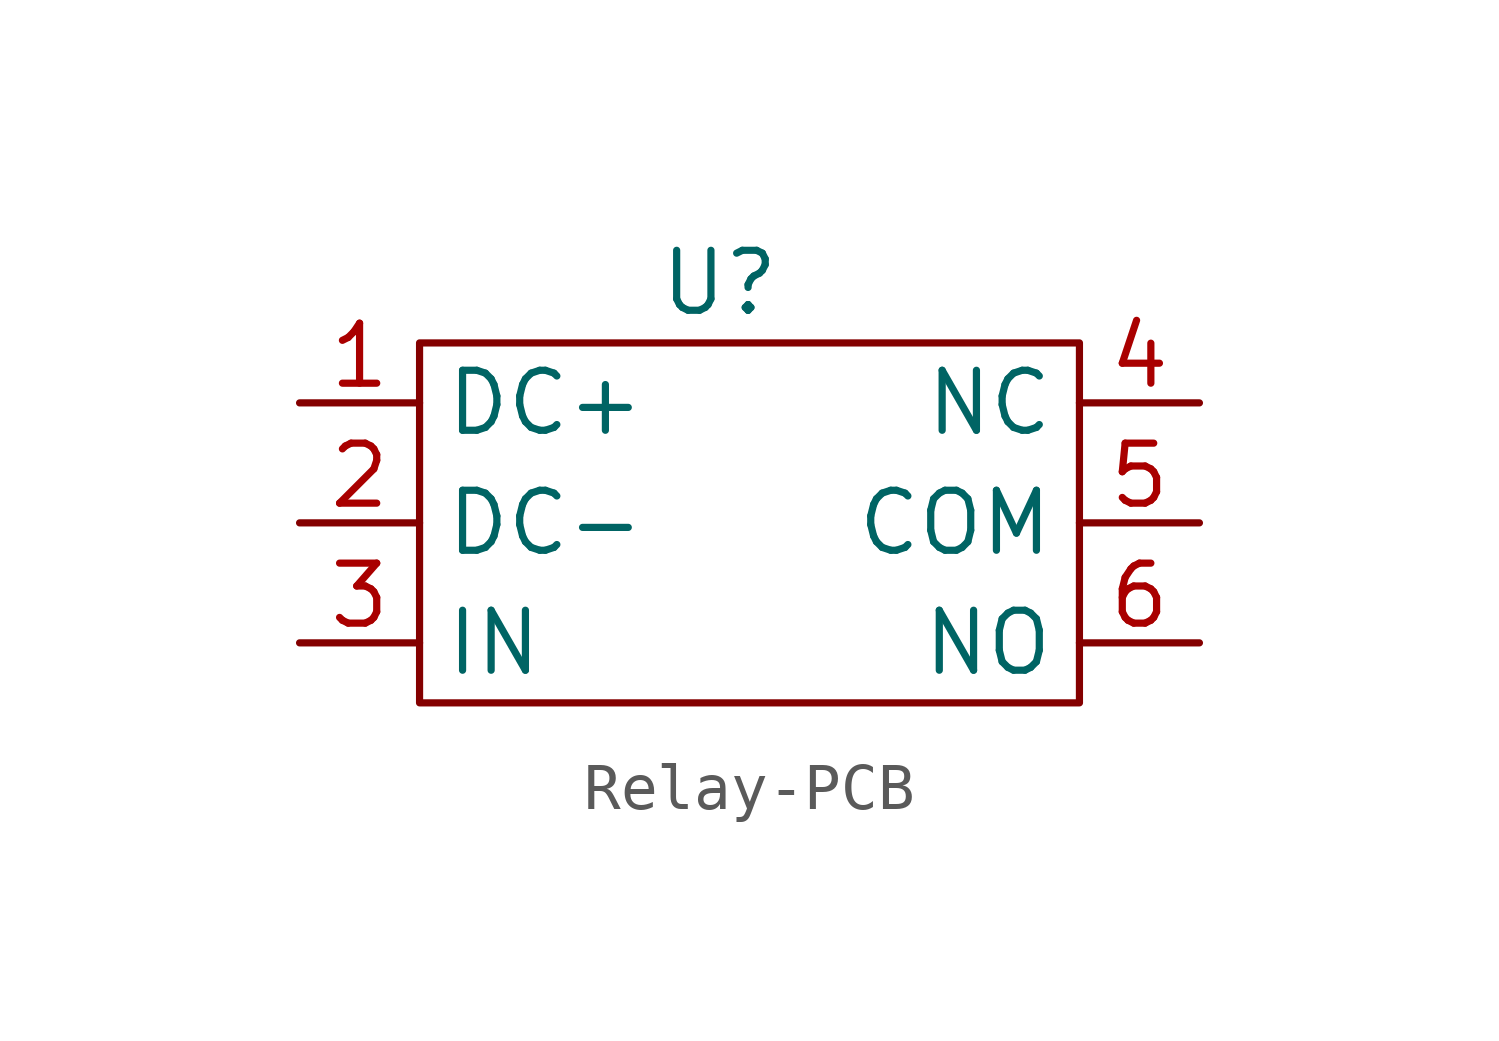
<source format=kicad_sym>
(kicad_symbol_lib
  (version 20231120)
  (generator "kicad_symbol_editor")
  (generator_version "8.0")
  (symbol "Relay-PCB"
    (property "Reference" "U"
      (at 0 0 0)
      (effects (font (size 1.27 1.27))))
    (property "Value" ""
      (at 0 0 0)
      (effects (font (size 1.27 1.27))))
    (symbol "Relay-PCB_0_1"
      (rectangle (start -6.35 -1.27) (end 7.62 -8.89) (stroke (width 0) (type default)) (fill (type none))))
    (symbol "Relay-PCB_1_1"
      (pin input line (at -8.89 -2.54 0) (length 2.54) (name "DC+" (effects (font (size 1.27 1.27)))) (number "1" (effects (font (size 1.27 1.27)))))
      (pin input line (at -8.89 -5.08 0) (length 2.54) (name "DC-" (effects (font (size 1.27 1.27)))) (number "2" (effects (font (size 1.27 1.27)))))
      (pin input line (at -8.89 -7.62 0) (length 2.54) (name "IN" (effects (font (size 1.27 1.27)))) (number "3" (effects (font (size 1.27 1.27)))))
      (pin input line (at 10.16 -2.54 180) (length 2.54) (name "NC" (effects (font (size 1.27 1.27)))) (number "4" (effects (font (size 1.27 1.27)))))
      (pin input line (at 10.16 -5.08 180) (length 2.54) (name "COM" (effects (font (size 1.27 1.27)))) (number "5" (effects (font (size 1.27 1.27)))))
      (pin input line (at 10.16 -7.62 180) (length 2.54) (name "NO" (effects (font (size 1.27 1.27)))) (number "6" (effects (font (size 1.27 1.27))))))))
</source>
